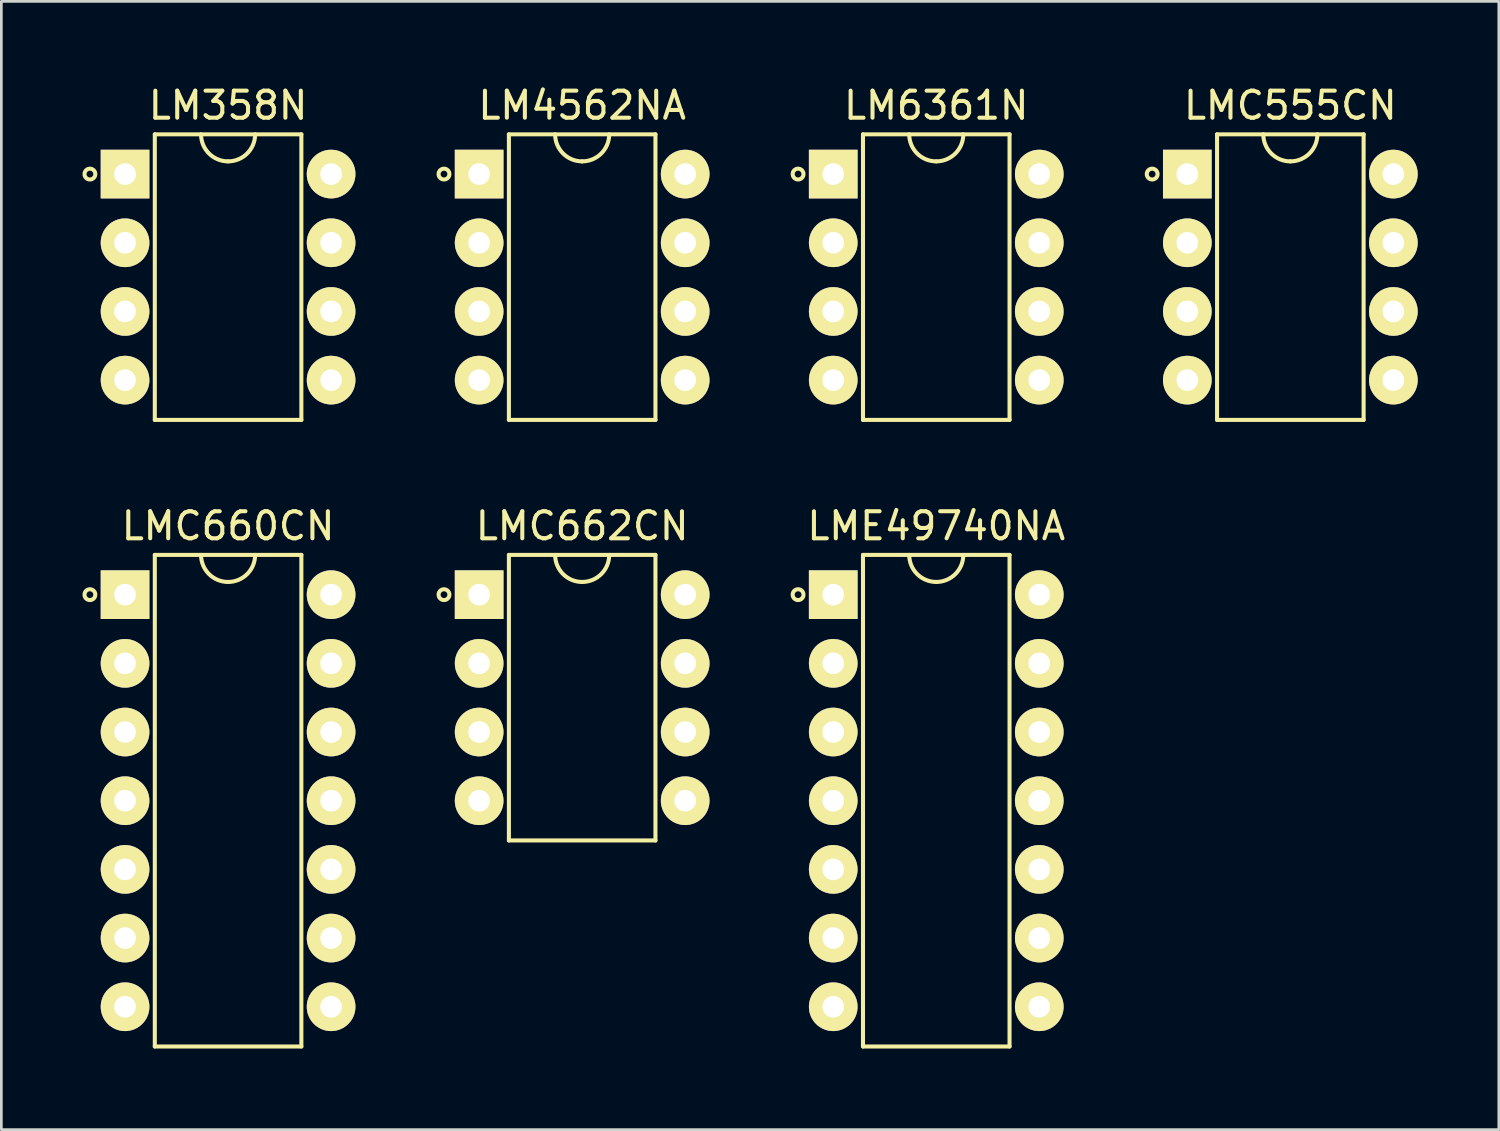
<source format=kicad_pcb>
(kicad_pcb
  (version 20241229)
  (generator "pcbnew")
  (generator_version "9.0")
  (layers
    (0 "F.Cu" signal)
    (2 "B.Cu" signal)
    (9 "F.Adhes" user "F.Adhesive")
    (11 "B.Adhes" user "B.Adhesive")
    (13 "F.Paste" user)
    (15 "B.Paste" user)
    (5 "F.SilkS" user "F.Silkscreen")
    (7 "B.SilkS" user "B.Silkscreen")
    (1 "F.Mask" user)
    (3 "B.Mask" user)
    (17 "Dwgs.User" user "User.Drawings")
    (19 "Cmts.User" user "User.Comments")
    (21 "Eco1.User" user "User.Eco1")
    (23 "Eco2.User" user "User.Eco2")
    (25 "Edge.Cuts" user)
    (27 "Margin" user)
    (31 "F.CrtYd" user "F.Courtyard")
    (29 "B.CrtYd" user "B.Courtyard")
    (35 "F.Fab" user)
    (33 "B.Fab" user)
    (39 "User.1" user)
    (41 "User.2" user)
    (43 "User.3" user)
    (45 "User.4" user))
  (footprint "LMC555CN"
    (layer "F.Cu")
    (at 40.86 3.388)
    (property "Reference" "LMC555CN" (at 3.81 -2.54 0) (layer "F.SilkS") (effects (font (size 1 1) (thickness 0.15))))
    (attr through_hole)
    (fp_line (start 1.1 -1.47) (end 6.52 -1.47) (stroke (width 0.15) (type solid)) (layer "F.SilkS"))
    (fp_line (start 1.1 9.09) (end 1.1 -1.47) (stroke (width 0.15) (type solid)) (layer "F.SilkS"))
    (fp_line (start 6.52 -1.47) (end 6.52 9.09) (stroke (width 0.15) (type solid)) (layer "F.SilkS"))
    (fp_line (start 6.52 9.09) (end 1.1 9.09) (stroke (width 0.15) (type solid)) (layer "F.SilkS"))
    (fp_arc (start 3.81 -0.47) (mid 3.102893 -0.762893) (end 2.81 -1.47) (stroke (width 0.15) (type solid)) (layer "F.SilkS"))
    (fp_arc (start 4.81 -1.47) (mid 4.517107 -0.762893) (end 3.81 -0.47) (stroke (width 0.15) (type solid)) (layer "F.SilkS"))
    (fp_circle (center -1.3 0) (end -1.3 0.2) (stroke (width 0.15) (type solid)) (fill no) (layer "F.SilkS"))
    (pad "1" thru_hole rect (at 0 0) (size 1.8 1.8) (drill 0.8) (layers "*.Cu" "*.Mask" "F.SilkS"))
    (pad "2" thru_hole circle (at 0 2.54) (size 1.8 1.8) (drill 0.8) (layers "*.Cu" "*.Mask" "F.SilkS"))
    (pad "3" thru_hole circle (at 0 5.08) (size 1.8 1.8) (drill 0.8) (layers "*.Cu" "*.Mask" "F.SilkS"))
    (pad "4" thru_hole circle (at 0 7.62) (size 1.8 1.8) (drill 0.8) (layers "*.Cu" "*.Mask" "F.SilkS"))
    (pad "5" thru_hole circle (at 7.62 7.62) (size 1.8 1.8) (drill 0.8) (layers "*.Cu" "*.Mask" "F.SilkS"))
    (pad "6" thru_hole circle (at 7.62 5.08) (size 1.8 1.8) (drill 0.8) (layers "*.Cu" "*.Mask" "F.SilkS"))
    (pad "7" thru_hole circle (at 7.62 2.54) (size 1.8 1.8) (drill 0.8) (layers "*.Cu" "*.Mask" "F.SilkS"))
    (pad "8" thru_hole circle (at 7.62 0) (size 1.8 1.8) (drill 0.8) (layers "*.Cu" "*.Mask" "F.SilkS")))
  (footprint "LMC660CN"
    (layer "F.Cu")
    (at 1.575 18.942)
    (property "Reference" "LMC660CN" (at 3.81 -2.54 0) (layer "F.SilkS") (effects (font (size 1 1) (thickness 0.15))))
    (attr through_hole)
    (fp_line (start 1.1 -1.47) (end 6.52 -1.47) (stroke (width 0.15) (type solid)) (layer "F.SilkS"))
    (fp_line (start 1.1 16.71) (end 1.1 -1.47) (stroke (width 0.15) (type solid)) (layer "F.SilkS"))
    (fp_line (start 6.52 -1.47) (end 6.52 16.71) (stroke (width 0.15) (type solid)) (layer "F.SilkS"))
    (fp_line (start 6.52 16.71) (end 1.1 16.71) (stroke (width 0.15) (type solid)) (layer "F.SilkS"))
    (fp_arc (start 3.81 -0.47) (mid 3.102893 -0.762893) (end 2.81 -1.47) (stroke (width 0.15) (type solid)) (layer "F.SilkS"))
    (fp_arc (start 4.81 -1.47) (mid 4.517107 -0.762893) (end 3.81 -0.47) (stroke (width 0.15) (type solid)) (layer "F.SilkS"))
    (fp_circle (center -1.3 0) (end -1.3 0.2) (stroke (width 0.15) (type solid)) (fill no) (layer "F.SilkS"))
    (pad "1" thru_hole rect (at 0 0) (size 1.8 1.8) (drill 0.8) (layers "*.Cu" "*.Mask" "F.SilkS"))
    (pad "2" thru_hole circle (at 0 2.54) (size 1.8 1.8) (drill 0.8) (layers "*.Cu" "*.Mask" "F.SilkS"))
    (pad "3" thru_hole circle (at 0 5.08) (size 1.8 1.8) (drill 0.8) (layers "*.Cu" "*.Mask" "F.SilkS"))
    (pad "4" thru_hole circle (at 0 7.62) (size 1.8 1.8) (drill 0.8) (layers "*.Cu" "*.Mask" "F.SilkS"))
    (pad "5" thru_hole circle (at 0 10.16) (size 1.8 1.8) (drill 0.8) (layers "*.Cu" "*.Mask" "F.SilkS"))
    (pad "6" thru_hole circle (at 0 12.7) (size 1.8 1.8) (drill 0.8) (layers "*.Cu" "*.Mask" "F.SilkS"))
    (pad "7" thru_hole circle (at 0 15.24) (size 1.8 1.8) (drill 0.8) (layers "*.Cu" "*.Mask" "F.SilkS"))
    (pad "8" thru_hole circle (at 7.62 15.24) (size 1.8 1.8) (drill 0.8) (layers "*.Cu" "*.Mask" "F.SilkS"))
    (pad "9" thru_hole circle (at 7.62 12.7) (size 1.8 1.8) (drill 0.8) (layers "*.Cu" "*.Mask" "F.SilkS"))
    (pad "10" thru_hole circle (at 7.62 10.16) (size 1.8 1.8) (drill 0.8) (layers "*.Cu" "*.Mask" "F.SilkS"))
    (pad "11" thru_hole circle (at 7.62 7.62) (size 1.8 1.8) (drill 0.8) (layers "*.Cu" "*.Mask" "F.SilkS"))
    (pad "12" thru_hole circle (at 7.62 5.08) (size 1.8 1.8) (drill 0.8) (layers "*.Cu" "*.Mask" "F.SilkS"))
    (pad "13" thru_hole circle (at 7.62 2.54) (size 1.8 1.8) (drill 0.8) (layers "*.Cu" "*.Mask" "F.SilkS"))
    (pad "14" thru_hole circle (at 7.62 0) (size 1.8 1.8) (drill 0.8) (layers "*.Cu" "*.Mask" "F.SilkS")))
  (footprint "LM6361N"
    (layer "F.Cu")
    (at 27.765 3.388)
    (property "Reference" "LM6361N" (at 3.81 -2.54 0) (layer "F.SilkS") (effects (font (size 1 1) (thickness 0.15))))
    (attr through_hole)
    (fp_line (start 1.1 -1.47) (end 6.52 -1.47) (stroke (width 0.15) (type solid)) (layer "F.SilkS"))
    (fp_line (start 1.1 9.09) (end 1.1 -1.47) (stroke (width 0.15) (type solid)) (layer "F.SilkS"))
    (fp_line (start 6.52 -1.47) (end 6.52 9.09) (stroke (width 0.15) (type solid)) (layer "F.SilkS"))
    (fp_line (start 6.52 9.09) (end 1.1 9.09) (stroke (width 0.15) (type solid)) (layer "F.SilkS"))
    (fp_arc (start 3.81 -0.47) (mid 3.102893 -0.762893) (end 2.81 -1.47) (stroke (width 0.15) (type solid)) (layer "F.SilkS"))
    (fp_arc (start 4.81 -1.47) (mid 4.517107 -0.762893) (end 3.81 -0.47) (stroke (width 0.15) (type solid)) (layer "F.SilkS"))
    (fp_circle (center -1.3 0) (end -1.3 0.2) (stroke (width 0.15) (type solid)) (fill no) (layer "F.SilkS"))
    (pad "1" thru_hole rect (at 0 0) (size 1.8 1.8) (drill 0.8) (layers "*.Cu" "*.Mask" "F.SilkS"))
    (pad "2" thru_hole circle (at 0 2.54) (size 1.8 1.8) (drill 0.8) (layers "*.Cu" "*.Mask" "F.SilkS"))
    (pad "3" thru_hole circle (at 0 5.08) (size 1.8 1.8) (drill 0.8) (layers "*.Cu" "*.Mask" "F.SilkS"))
    (pad "4" thru_hole circle (at 0 7.62) (size 1.8 1.8) (drill 0.8) (layers "*.Cu" "*.Mask" "F.SilkS"))
    (pad "5" thru_hole circle (at 7.62 7.62) (size 1.8 1.8) (drill 0.8) (layers "*.Cu" "*.Mask" "F.SilkS"))
    (pad "6" thru_hole circle (at 7.62 5.08) (size 1.8 1.8) (drill 0.8) (layers "*.Cu" "*.Mask" "F.SilkS"))
    (pad "7" thru_hole circle (at 7.62 2.54) (size 1.8 1.8) (drill 0.8) (layers "*.Cu" "*.Mask" "F.SilkS"))
    (pad "8" thru_hole circle (at 7.62 0) (size 1.8 1.8) (drill 0.8) (layers "*.Cu" "*.Mask" "F.SilkS")))
  (footprint "LMC662CN"
    (layer "F.Cu")
    (at 14.67 18.942)
    (property "Reference" "LMC662CN" (at 3.81 -2.54 0) (layer "F.SilkS") (effects (font (size 1 1) (thickness 0.15))))
    (attr through_hole)
    (fp_line (start 1.1 -1.47) (end 6.52 -1.47) (stroke (width 0.15) (type solid)) (layer "F.SilkS"))
    (fp_line (start 1.1 9.09) (end 1.1 -1.47) (stroke (width 0.15) (type solid)) (layer "F.SilkS"))
    (fp_line (start 6.52 -1.47) (end 6.52 9.09) (stroke (width 0.15) (type solid)) (layer "F.SilkS"))
    (fp_line (start 6.52 9.09) (end 1.1 9.09) (stroke (width 0.15) (type solid)) (layer "F.SilkS"))
    (fp_arc (start 3.81 -0.47) (mid 3.102893 -0.762893) (end 2.81 -1.47) (stroke (width 0.15) (type solid)) (layer "F.SilkS"))
    (fp_arc (start 4.81 -1.47) (mid 4.517107 -0.762893) (end 3.81 -0.47) (stroke (width 0.15) (type solid)) (layer "F.SilkS"))
    (fp_circle (center -1.3 0) (end -1.3 0.2) (stroke (width 0.15) (type solid)) (fill no) (layer "F.SilkS"))
    (pad "1" thru_hole rect (at 0 0) (size 1.8 1.8) (drill 0.8) (layers "*.Cu" "*.Mask" "F.SilkS"))
    (pad "2" thru_hole circle (at 0 2.54) (size 1.8 1.8) (drill 0.8) (layers "*.Cu" "*.Mask" "F.SilkS"))
    (pad "3" thru_hole circle (at 0 5.08) (size 1.8 1.8) (drill 0.8) (layers "*.Cu" "*.Mask" "F.SilkS"))
    (pad "4" thru_hole circle (at 0 7.62) (size 1.8 1.8) (drill 0.8) (layers "*.Cu" "*.Mask" "F.SilkS"))
    (pad "5" thru_hole circle (at 7.62 7.62) (size 1.8 1.8) (drill 0.8) (layers "*.Cu" "*.Mask" "F.SilkS"))
    (pad "6" thru_hole circle (at 7.62 5.08) (size 1.8 1.8) (drill 0.8) (layers "*.Cu" "*.Mask" "F.SilkS"))
    (pad "7" thru_hole circle (at 7.62 2.54) (size 1.8 1.8) (drill 0.8) (layers "*.Cu" "*.Mask" "F.SilkS"))
    (pad "8" thru_hole circle (at 7.62 0) (size 1.8 1.8) (drill 0.8) (layers "*.Cu" "*.Mask" "F.SilkS")))
  (footprint "LME49740NA"
    (layer "F.Cu")
    (at 27.765 18.942)
    (property "Reference" "LME49740NA" (at 3.81 -2.54 0) (layer "F.SilkS") (effects (font (size 1 1) (thickness 0.15))))
    (attr through_hole)
    (fp_line (start 1.1 -1.47) (end 6.52 -1.47) (stroke (width 0.15) (type solid)) (layer "F.SilkS"))
    (fp_line (start 1.1 16.71) (end 1.1 -1.47) (stroke (width 0.15) (type solid)) (layer "F.SilkS"))
    (fp_line (start 6.52 -1.47) (end 6.52 16.71) (stroke (width 0.15) (type solid)) (layer "F.SilkS"))
    (fp_line (start 6.52 16.71) (end 1.1 16.71) (stroke (width 0.15) (type solid)) (layer "F.SilkS"))
    (fp_arc (start 3.81 -0.47) (mid 3.102893 -0.762893) (end 2.81 -1.47) (stroke (width 0.15) (type solid)) (layer "F.SilkS"))
    (fp_arc (start 4.81 -1.47) (mid 4.517107 -0.762893) (end 3.81 -0.47) (stroke (width 0.15) (type solid)) (layer "F.SilkS"))
    (fp_circle (center -1.3 0) (end -1.3 0.2) (stroke (width 0.15) (type solid)) (fill no) (layer "F.SilkS"))
    (pad "1" thru_hole rect (at 0 0) (size 1.8 1.8) (drill 0.8) (layers "*.Cu" "*.Mask" "F.SilkS"))
    (pad "2" thru_hole circle (at 0 2.54) (size 1.8 1.8) (drill 0.8) (layers "*.Cu" "*.Mask" "F.SilkS"))
    (pad "3" thru_hole circle (at 0 5.08) (size 1.8 1.8) (drill 0.8) (layers "*.Cu" "*.Mask" "F.SilkS"))
    (pad "4" thru_hole circle (at 0 7.62) (size 1.8 1.8) (drill 0.8) (layers "*.Cu" "*.Mask" "F.SilkS"))
    (pad "5" thru_hole circle (at 0 10.16) (size 1.8 1.8) (drill 0.8) (layers "*.Cu" "*.Mask" "F.SilkS"))
    (pad "6" thru_hole circle (at 0 12.7) (size 1.8 1.8) (drill 0.8) (layers "*.Cu" "*.Mask" "F.SilkS"))
    (pad "7" thru_hole circle (at 0 15.24) (size 1.8 1.8) (drill 0.8) (layers "*.Cu" "*.Mask" "F.SilkS"))
    (pad "8" thru_hole circle (at 7.62 15.24) (size 1.8 1.8) (drill 0.8) (layers "*.Cu" "*.Mask" "F.SilkS"))
    (pad "9" thru_hole circle (at 7.62 12.7) (size 1.8 1.8) (drill 0.8) (layers "*.Cu" "*.Mask" "F.SilkS"))
    (pad "10" thru_hole circle (at 7.62 10.16) (size 1.8 1.8) (drill 0.8) (layers "*.Cu" "*.Mask" "F.SilkS"))
    (pad "11" thru_hole circle (at 7.62 7.62) (size 1.8 1.8) (drill 0.8) (layers "*.Cu" "*.Mask" "F.SilkS"))
    (pad "12" thru_hole circle (at 7.62 5.08) (size 1.8 1.8) (drill 0.8) (layers "*.Cu" "*.Mask" "F.SilkS"))
    (pad "13" thru_hole circle (at 7.62 2.54) (size 1.8 1.8) (drill 0.8) (layers "*.Cu" "*.Mask" "F.SilkS"))
    (pad "14" thru_hole circle (at 7.62 0) (size 1.8 1.8) (drill 0.8) (layers "*.Cu" "*.Mask" "F.SilkS")))
  (footprint "LM4562NA"
    (layer "F.Cu")
    (at 14.67 3.388)
    (property "Reference" "LM4562NA" (at 3.81 -2.54 0) (layer "F.SilkS") (effects (font (size 1 1) (thickness 0.15))))
    (attr through_hole)
    (fp_line (start 1.1 -1.47) (end 6.52 -1.47) (stroke (width 0.15) (type solid)) (layer "F.SilkS"))
    (fp_line (start 1.1 9.09) (end 1.1 -1.47) (stroke (width 0.15) (type solid)) (layer "F.SilkS"))
    (fp_line (start 6.52 -1.47) (end 6.52 9.09) (stroke (width 0.15) (type solid)) (layer "F.SilkS"))
    (fp_line (start 6.52 9.09) (end 1.1 9.09) (stroke (width 0.15) (type solid)) (layer "F.SilkS"))
    (fp_arc (start 3.81 -0.47) (mid 3.102893 -0.762893) (end 2.81 -1.47) (stroke (width 0.15) (type solid)) (layer "F.SilkS"))
    (fp_arc (start 4.81 -1.47) (mid 4.517107 -0.762893) (end 3.81 -0.47) (stroke (width 0.15) (type solid)) (layer "F.SilkS"))
    (fp_circle (center -1.3 0) (end -1.3 0.2) (stroke (width 0.15) (type solid)) (fill no) (layer "F.SilkS"))
    (pad "1" thru_hole rect (at 0 0) (size 1.8 1.8) (drill 0.8) (layers "*.Cu" "*.Mask" "F.SilkS"))
    (pad "2" thru_hole circle (at 0 2.54) (size 1.8 1.8) (drill 0.8) (layers "*.Cu" "*.Mask" "F.SilkS"))
    (pad "3" thru_hole circle (at 0 5.08) (size 1.8 1.8) (drill 0.8) (layers "*.Cu" "*.Mask" "F.SilkS"))
    (pad "4" thru_hole circle (at 0 7.62) (size 1.8 1.8) (drill 0.8) (layers "*.Cu" "*.Mask" "F.SilkS"))
    (pad "5" thru_hole circle (at 7.62 7.62) (size 1.8 1.8) (drill 0.8) (layers "*.Cu" "*.Mask" "F.SilkS"))
    (pad "6" thru_hole circle (at 7.62 5.08) (size 1.8 1.8) (drill 0.8) (layers "*.Cu" "*.Mask" "F.SilkS"))
    (pad "7" thru_hole circle (at 7.62 2.54) (size 1.8 1.8) (drill 0.8) (layers "*.Cu" "*.Mask" "F.SilkS"))
    (pad "8" thru_hole circle (at 7.62 0) (size 1.8 1.8) (drill 0.8) (layers "*.Cu" "*.Mask" "F.SilkS")))
  (footprint "LM358N"
    (layer "F.Cu")
    (at 1.575 3.388)
    (property "Reference" "LM358N" (at 3.81 -2.54 0) (layer "F.SilkS") (effects (font (size 1 1) (thickness 0.15))))
    (attr through_hole)
    (fp_line (start 1.1 -1.47) (end 6.52 -1.47) (stroke (width 0.15) (type solid)) (layer "F.SilkS"))
    (fp_line (start 1.1 9.09) (end 1.1 -1.47) (stroke (width 0.15) (type solid)) (layer "F.SilkS"))
    (fp_line (start 6.52 -1.47) (end 6.52 9.09) (stroke (width 0.15) (type solid)) (layer "F.SilkS"))
    (fp_line (start 6.52 9.09) (end 1.1 9.09) (stroke (width 0.15) (type solid)) (layer "F.SilkS"))
    (fp_arc (start 3.81 -0.47) (mid 3.102893 -0.762893) (end 2.81 -1.47) (stroke (width 0.15) (type solid)) (layer "F.SilkS"))
    (fp_arc (start 4.81 -1.47) (mid 4.517107 -0.762893) (end 3.81 -0.47) (stroke (width 0.15) (type solid)) (layer "F.SilkS"))
    (fp_circle (center -1.3 0) (end -1.3 0.2) (stroke (width 0.15) (type solid)) (fill no) (layer "F.SilkS"))
    (pad "1" thru_hole rect (at 0 0) (size 1.8 1.8) (drill 0.8) (layers "*.Cu" "*.Mask" "F.SilkS"))
    (pad "2" thru_hole circle (at 0 2.54) (size 1.8 1.8) (drill 0.8) (layers "*.Cu" "*.Mask" "F.SilkS"))
    (pad "3" thru_hole circle (at 0 5.08) (size 1.8 1.8) (drill 0.8) (layers "*.Cu" "*.Mask" "F.SilkS"))
    (pad "4" thru_hole circle (at 0 7.62) (size 1.8 1.8) (drill 0.8) (layers "*.Cu" "*.Mask" "F.SilkS"))
    (pad "5" thru_hole circle (at 7.62 7.62) (size 1.8 1.8) (drill 0.8) (layers "*.Cu" "*.Mask" "F.SilkS"))
    (pad "6" thru_hole circle (at 7.62 5.08) (size 1.8 1.8) (drill 0.8) (layers "*.Cu" "*.Mask" "F.SilkS"))
    (pad "7" thru_hole circle (at 7.62 2.54) (size 1.8 1.8) (drill 0.8) (layers "*.Cu" "*.Mask" "F.SilkS"))
    (pad "8" thru_hole circle (at 7.62 0) (size 1.8 1.8) (drill 0.8) (layers "*.Cu" "*.Mask" "F.SilkS")))
  (gr_rect
    (start -3 -3)
    (end 52.38 38.727)
    (stroke (width 0.1) (type default))
    (fill no)
    (layer "Edge.Cuts")))
</source>
